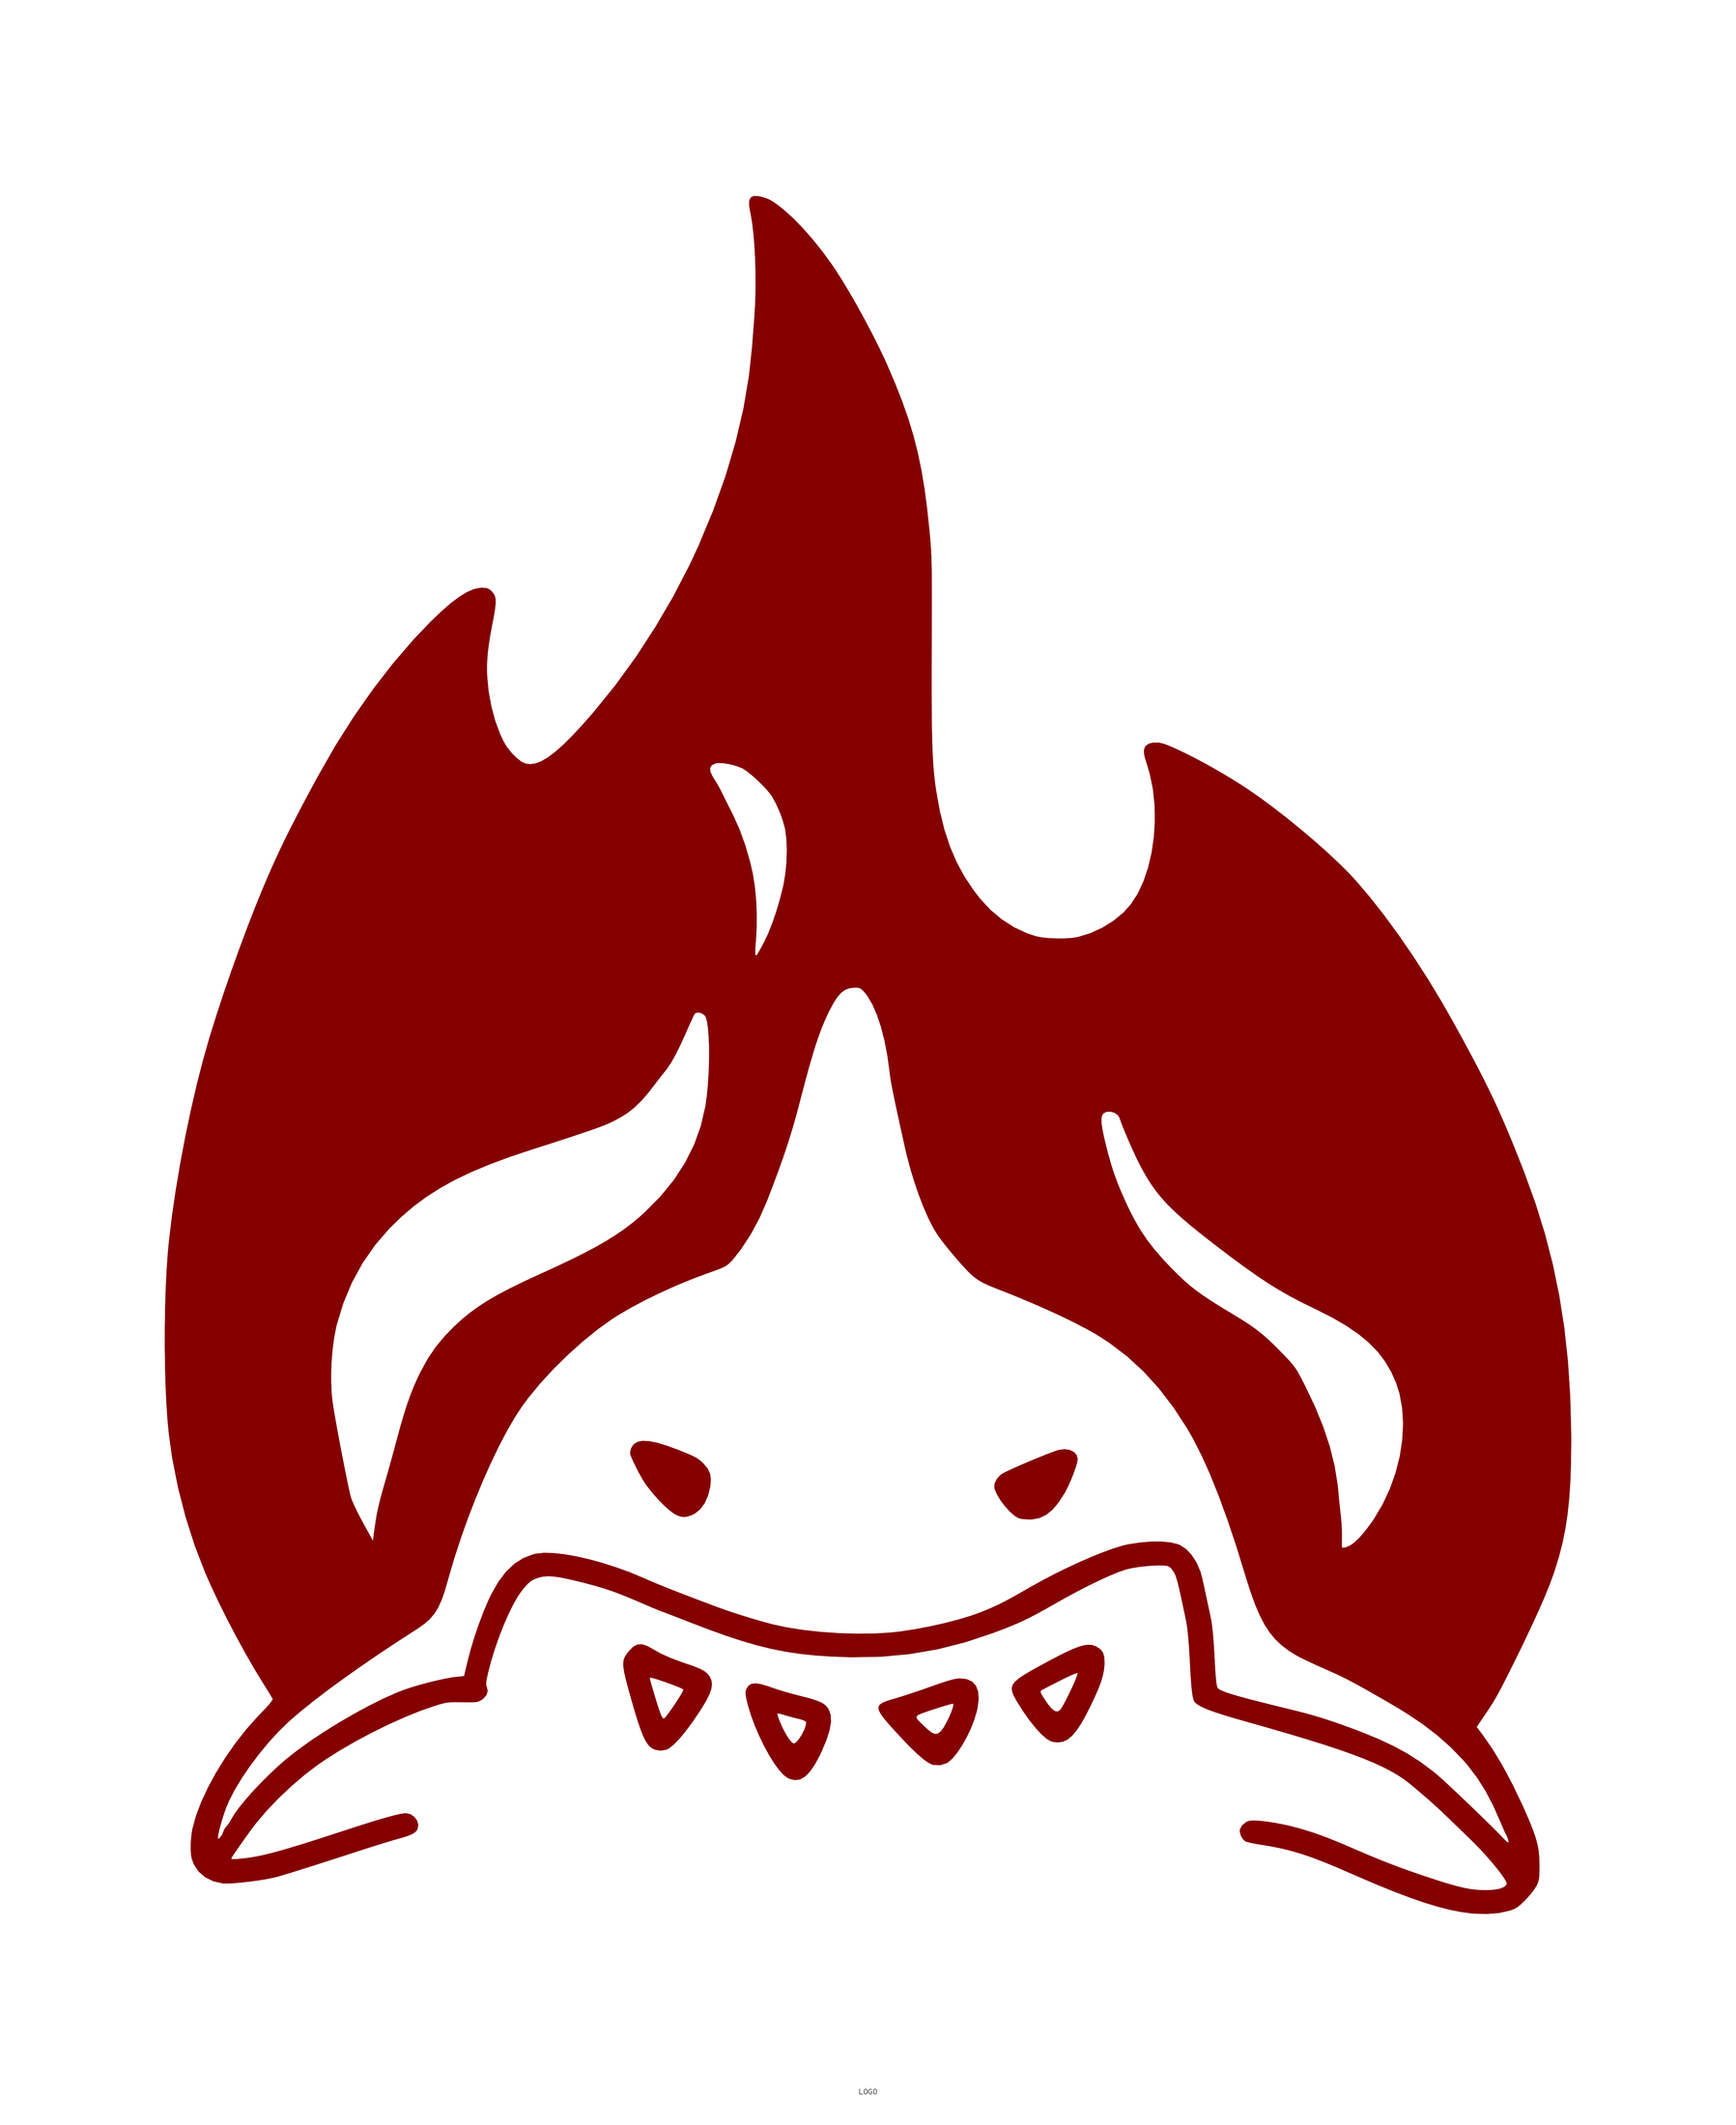
<source format=kicad_sym>
(kicad_symbol_lib
  (version 20220914)
  (generator bitmap2component)
  (symbol "LOGO"
    (pin_names
      (offset 1.016))
    (property "Reference" "#G"
      (at 0 199.439 0)
      (effects (font (size 1.27 1.27)) hide))
    (symbol "LOGO_0_0"
      (polyline (pts (xy 99.046 -139.819) (xy 100.721 -139.458) (xy 101.137 -139.325) (xy 101.725 -139.089) (xy 102.232 -138.782) (xy 102.772 -138.331) (xy 103.458 -137.662) (xy 103.752 -137.355) (xy 104.401 -136.608) (xy 104.954 -135.884) (xy 105.314 -135.304) (xy 105.405 -135.117) (xy 105.583 -134.688) (xy 105.698 -134.244) (xy 105.763 -133.691) (xy 105.792 -132.936) (xy 105.797 -131.885) (xy 105.795 -131.532) (xy 105.75 -130.401) (xy 105.636 -129.348) (xy 105.433 -128.304) (xy 105.123 -127.196) (xy 104.686 -125.956) (xy 104.104 -124.511) (xy 103.357 -122.793) (xy 102.897 -121.772) (xy 101.271 -118.388) (xy 99.645 -115.348) (xy 98.026 -112.667) (xy 96.425 -110.361) (xy 95.396 -108.994) (xy 96.619 -107.202) (xy 96.679 -107.113) (xy 97.328 -106.149) (xy 97.886 -105.286) (xy 98.397 -104.448) (xy 98.902 -103.561) (xy 99.447 -102.547) (xy 100.073 -101.333) (xy 100.825 -99.841) (xy 101.483 -98.523) (xy 103.084 -95.256) (xy 104.486 -92.308) (xy 105.691 -89.671) (xy 106.706 -87.335) (xy 107.532 -85.29) (xy 108.176 -83.527) (xy 108.339 -83.041) (xy 109.037 -80.768) (xy 109.617 -78.494) (xy 110.089 -76.163) (xy 110.458 -73.72) (xy 110.732 -71.112) (xy 110.918 -68.282) (xy 111.025 -65.177) (xy 111.058 -61.742) (xy 111.05 -60.102) (xy 110.888 -54.094) (xy 110.511 -48.359) (xy 109.91 -42.852) (xy 109.077 -37.525) (xy 108.005 -32.333) (xy 106.685 -27.228) (xy 105.108 -22.165) (xy 103.268 -17.096) (xy 102.38 -14.827) (xy 101.4 -12.381) (xy 100.468 -10.126) (xy 99.555 -8.005) (xy 98.633 -5.96) (xy 97.676 -3.931) (xy 96.655 -1.86) (xy 95.542 0.311) (xy 94.311 2.641) (xy 92.932 5.188) (xy 91.379 8.011) (xy 89.621 11.098) (xy 87.34 14.867) (xy 84.971 18.544) (xy 82.554 22.07) (xy 80.126 25.39) (xy 77.728 28.447) (xy 75.398 31.184) (xy 74.225 32.443) (xy 72.52 34.139) (xy 70.584 35.948) (xy 68.475 37.821) (xy 66.25 39.71) (xy 63.967 41.565) (xy 61.684 43.338) (xy 59.457 44.98) (xy 57.345 46.443) (xy 56.439 47.037) (xy 54.563 48.21) (xy 52.592 49.377) (xy 50.595 50.502) (xy 48.641 51.546) (xy 46.798 52.473) (xy 45.135 53.246) (xy 43.72 53.827) (xy 42.794 54.057) (xy 41.893 54.078) (xy 41.126 53.9) (xy 40.599 53.533) (xy 40.422 53.267) (xy 40.286 52.822) (xy 40.302 52.244) (xy 40.473 51.461) (xy 40.806 50.397) (xy 41.263 48.853) (xy 41.769 46.353) (xy 42.044 43.745) (xy 42.096 41.085) (xy 41.931 38.43) (xy 41.556 35.838) (xy 40.977 33.366) (xy 40.202 31.071) (xy 39.236 29.01) (xy 38.088 27.241) (xy 36.845 25.874) (xy 35.214 24.535) (xy 33.36 23.384) (xy 31.364 22.471) (xy 29.308 21.847) (xy 28.51 21.719) (xy 27.316 21.633) (xy 25.984 21.616) (xy 24.645 21.666) (xy 23.43 21.781) (xy 22.469 21.959) (xy 20.991 22.436) (xy 18.815 23.448) (xy 16.733 24.783) (xy 14.806 26.399) (xy 13.094 28.257) (xy 12.15 29.481) (xy 10.592 31.8) (xy 9.266 34.232) (xy 8.151 36.828) (xy 7.225 39.638) (xy 6.467 42.715) (xy 5.858 46.11) (xy 5.83 46.297) (xy 5.689 47.303) (xy 5.567 48.333) (xy 5.461 49.417) (xy 5.371 50.584) (xy 5.296 51.867) (xy 5.235 53.296) (xy 5.187 54.901) (xy 5.151 56.713) (xy 5.127 58.762) (xy 5.112 61.08) (xy 5.107 63.696) (xy 5.11 66.642) (xy 5.12 69.948) (xy 5.123 70.69) (xy 5.133 73.373) (xy 5.139 75.709) (xy 5.143 77.733) (xy 5.141 79.479) (xy 5.135 80.983) (xy 5.122 82.279) (xy 5.104 83.401) (xy 5.078 84.386) (xy 5.044 85.267) (xy 5.002 86.08) (xy 4.95 86.859) (xy 4.889 87.638) (xy 4.817 88.454) (xy 4.734 89.341) (xy 4.373 92.748) (xy 3.933 96.093) (xy 3.418 99.193) (xy 2.809 102.119) (xy 2.088 104.947) (xy 1.236 107.751) (xy 0.233 110.603) (xy -0.939 113.578) (xy -2.299 116.749) (xy -2.576 117.366) (xy -3.586 119.498) (xy -4.737 121.79) (xy -5.984 124.156) (xy -7.278 126.507) (xy -8.57 128.756) (xy -9.815 130.816) (xy -10.963 132.6) (xy -11.459 133.326) (xy -12.992 135.427) (xy -14.602 137.439) (xy -16.231 139.296) (xy -17.821 140.929) (xy -19.312 142.271) (xy -19.53 142.45) (xy -20.42 143.157) (xy -21.132 143.66) (xy -21.758 144.014) (xy -22.388 144.272) (xy -23.113 144.484) (xy -23.556 144.582) (xy -24.322 144.616) (xy -24.829 144.392) (xy -25.091 143.89) (xy -25.123 143.092) (xy -24.937 141.979) (xy -24.86 141.617) (xy -24.601 140.055) (xy -24.387 138.196) (xy -24.222 136.112) (xy -24.109 133.875) (xy -24.051 131.556) (xy -24.049 129.227) (xy -24.109 126.962) (xy -24.232 124.83) (xy -24.306 123.849) (xy -24.416 122.407) (xy -24.527 120.954) (xy -24.623 119.689) (xy -25.137 114.856) (xy -26.059 109.403) (xy -27.352 103.871) (xy -29.017 98.254) (xy -31.057 92.545) (xy -33.472 86.738) (xy -34.982 83.493) (xy -37.676 78.294) (xy -40.661 73.184) (xy -43.889 68.233) (xy -47.316 63.513) (xy -50.897 59.097) (xy -52.708 57.035) (xy -54.386 55.23) (xy -55.892 53.734) (xy -57.241 52.536) (xy -58.449 51.624) (xy -59.532 50.986) (xy -60.506 50.609) (xy -61.387 50.483) (xy -62.191 50.595) (xy -62.807 50.887) (xy -63.602 51.487) (xy -64.413 52.294) (xy -65.165 53.232) (xy -65.778 54.219) (xy -66.387 55.509) (xy -67.191 57.701) (xy -67.832 60.091) (xy -68.282 62.577) (xy -68.516 65.053) (xy -68.547 66.033) (xy -68.529 67.385) (xy -68.433 68.787) (xy -68.249 70.318) (xy -67.971 72.061) (xy -67.588 74.096) (xy -67.414 75.004) (xy -67.213 76.197) (xy -67.116 77.109) (xy -67.123 77.802) (xy -67.237 78.334) (xy -67.461 78.767) (xy -67.798 79.16) (xy -67.869 79.23) (xy -68.269 79.539) (xy -68.722 79.681) (xy -69.395 79.715) (xy -69.731 79.699) (xy -70.76 79.474) (xy -71.901 78.977) (xy -73.173 78.195) (xy -74.595 77.116) (xy -76.184 75.727) (xy -77.96 74.018) (xy -80.654 71.193) (xy -84.068 67.235) (xy -87.388 62.954) (xy -90.588 58.389) (xy -93.639 53.576) (xy -95.756 49.878) (xy -31.594 49.878) (xy -31.315 50.321) (xy -30.712 50.615) (xy -30.157 50.691) (xy -29.261 50.645) (xy -28.232 50.468) (xy -27.189 50.182) (xy -26.249 49.809) (xy -26.118 49.74) (xy -25.468 49.302) (xy -24.667 48.659) (xy -23.797 47.883) (xy -22.938 47.049) (xy -22.171 46.232) (xy -21.576 45.505) (xy -21.254 45.024) (xy -20.643 43.903) (xy -20.061 42.598) (xy -19.565 41.241) (xy -19.209 39.961) (xy -19.139 39.613) (xy -18.941 38.041) (xy -18.871 36.243) (xy -18.927 34.332) (xy -19.106 32.42) (xy -19.407 30.62) (xy -19.513 30.131) (xy -20.02 28.105) (xy -20.624 26.073) (xy -21.291 24.132) (xy -21.988 22.383) (xy -22.682 20.923) (xy -23.015 20.303) (xy -23.395 19.616) (xy -23.682 19.118) (xy -23.833 18.886) (xy -23.99 18.799) (xy -24.085 18.961) (xy -24.117 19.41) (xy -24.087 20.18) (xy -23.999 21.304) (xy -23.877 23.433) (xy -23.869 25.77) (xy -23.975 28.115) (xy -24.191 30.339) (xy -24.509 32.314) (xy -24.965 34.305) (xy -25.762 37.061) (xy -26.706 39.668) (xy -27.757 42.008) (xy -28.199 42.886) (xy -28.729 43.946) (xy -29.216 44.927) (xy -29.593 45.693) (xy -29.628 45.765) (xy -30.05 46.579) (xy -30.487 47.357) (xy -30.849 47.94) (xy -31.183 48.463) (xy -31.549 49.266) (xy -31.594 49.878) (xy -95.756 49.878) (xy -96.514 48.553) (xy -97.841 46.099) (xy -99.071 43.794) (xy -100.157 41.719) (xy -101.127 39.822) (xy -102.008 38.049) (xy -102.828 36.343) (xy -103.613 34.653) (xy -104.391 32.922) (xy -105.54 30.252) (xy -106.853 27.036) (xy -108.199 23.582) (xy -109.551 19.965) (xy -110.882 16.26) (xy -112.163 12.541) (xy -113.368 8.884) (xy -114.47 5.364) (xy -114.508 5.238) (xy -115.576 1.49) (xy -116.613 -2.563) (xy -117.602 -6.835) (xy -118.525 -11.243) (xy -119.367 -15.704) (xy -120.11 -20.134) (xy -120.739 -24.449) (xy -121.235 -28.565) (xy -121.416 -30.492) (xy -121.612 -33.284) (xy -121.759 -36.311) (xy -121.859 -39.503) (xy -121.911 -42.791) (xy -121.916 -46.107) (xy -121.873 -49.38) (xy -121.814 -51.421) (xy -94.374 -51.421) (xy -94.328 -49.071) (xy -94.157 -46.716) (xy -93.869 -44.481) (xy -93.471 -42.496) (xy -93.451 -42.416) (xy -92.356 -38.808) (xy -90.931 -35.394) (xy -89.182 -32.187) (xy -87.118 -29.203) (xy -84.745 -26.455) (xy -84.586 -26.291) (xy -82.683 -24.443) (xy -80.697 -22.748) (xy -78.59 -21.186) (xy -76.323 -19.734) (xy -73.859 -18.372) (xy -71.159 -17.077) (xy -68.183 -15.829) (xy -64.894 -14.606) (xy -61.253 -13.386) (xy -60.44 -13.126) (xy -58.046 -12.357) (xy -55.985 -11.69) (xy -54.225 -11.113) (xy -52.736 -10.616) (xy -51.485 -10.188) (xy -50.442 -9.818) (xy -49.576 -9.496) (xy -48.856 -9.21) (xy -48.25 -8.951) (xy -47.727 -8.707) (xy -46.578 -8.106) (xy -45.324 -7.325) (xy -44.184 -6.439) (xy -43.086 -5.386) (xy -41.961 -4.106) (xy -40.738 -2.534) (xy -40.69 -2.47) (xy -40.109 -1.707) (xy -39.516 -0.948) (xy -39.031 -0.351) (xy -38.731 0.03) (xy -38.027 1.085) (xy -37.267 2.439) (xy -36.437 4.121) (xy -35.523 6.155) (xy -35.314 6.636) (xy -34.903 7.559) (xy -34.548 8.331) (xy -34.282 8.883) (xy -34.136 9.144) (xy -33.872 9.314) (xy -33.371 9.338) (xy -32.836 9.153) (xy -32.412 8.792) (xy -32.265 8.498) (xy -32.074 7.758) (xy -31.926 6.717) (xy -31.822 5.429) (xy -31.761 3.949) (xy -31.745 2.329) (xy -31.773 0.624) (xy -31.846 -1.115) (xy -31.963 -2.831) (xy -32.126 -4.473) (xy -32.335 -5.986) (xy -32.382 -6.267) (xy -33.128 -9.478) (xy -34.243 -12.566) (xy -35.728 -15.535) (xy -37.585 -18.387) (xy -39.813 -21.122) (xy -42.415 -23.744) (xy -43.211 -24.459) (xy -44.471 -25.515) (xy -45.79 -26.52) (xy -47.204 -27.496) (xy -48.754 -28.467) (xy -50.477 -29.455) (xy -52.413 -30.483) (xy -54.6 -31.574) (xy -57.078 -32.751) (xy -59.885 -34.036) (xy -62.297 -35.148) (xy -64.582 -36.261) (xy -66.582 -37.31) (xy -68.344 -38.324) (xy -69.912 -39.331) (xy -71.334 -40.358) (xy -72.653 -41.434) (xy -73.917 -42.586) (xy -75.507 -44.211) (xy -77.062 -46.087) (xy -78.403 -48.081) (xy -79.619 -50.312) (xy -79.975 -51.047) (xy -80.605 -52.449) (xy -81.19 -53.906) (xy -81.753 -55.485) (xy -82.317 -57.252) (xy -82.906 -59.271) (xy -83.54 -61.609) (xy -83.914 -63.004) (xy -84.353 -64.615) (xy -84.803 -66.232) (xy -85.226 -67.726) (xy -85.587 -68.971) (xy -85.771 -69.609) (xy -86.113 -70.86) (xy -86.423 -72.076) (xy -86.672 -73.145) (xy -86.832 -73.953) (xy -86.866 -74.162) (xy -87.024 -75.163) (xy -87.171 -76.151) (xy -87.279 -76.942) (xy -87.435 -78.171) (xy -89.03 -75.281) (xy -89.353 -74.684) (xy -89.912 -73.608) (xy -90.409 -72.593) (xy -90.8 -71.733) (xy -91.04 -71.12) (xy -91.173 -70.631) (xy -91.364 -69.809) (xy -91.601 -68.713) (xy -91.873 -67.398) (xy -92.171 -65.919) (xy -92.483 -64.332) (xy -92.798 -62.694) (xy -93.106 -61.059) (xy -93.397 -59.482) (xy -93.659 -58.02) (xy -93.882 -56.727) (xy -94.055 -55.661) (xy -94.167 -54.875) (xy -94.288 -53.636) (xy -94.374 -51.421) (xy -121.814 -51.421) (xy -121.782 -52.541) (xy -121.643 -55.522) (xy -121.457 -58.254) (xy -121.223 -60.667) (xy -120.678 -64.512) (xy -119.717 -69.362) (xy -118.47 -74.205) (xy -116.963 -78.93) (xy -115.227 -83.429) (xy -114.331 -85.467) (xy -113.055 -88.186) (xy -111.639 -91.037) (xy -110.136 -93.918) (xy -108.599 -96.729) (xy -107.079 -99.371) (xy -105.631 -101.742) (xy -105.453 -102.024) (xy -104.93 -102.862) (xy -104.493 -103.576) (xy -104.184 -104.097) (xy -104.044 -104.357) (xy -104.04 -104.381) (xy -104.179 -104.675) (xy -104.587 -105.204) (xy -105.247 -105.946) (xy -106.14 -106.879) (xy -106.51 -107.262) (xy -108.399 -109.379) (xy -110.202 -111.672) (xy -111.887 -114.083) (xy -113.418 -116.556) (xy -114.764 -119.033) (xy -115.89 -121.457) (xy -116.763 -123.771) (xy -117.348 -125.919) (xy -117.491 -126.772) (xy -117.54 -127.307) (xy -113.128 -127.307) (xy -113.076 -126.884) (xy -112.918 -126.155) (xy -112.679 -125.24) (xy -112.386 -124.233) (xy -112.065 -123.231) (xy -111.743 -122.326) (xy -111.299 -121.279) (xy -110.363 -119.454) (xy -109.188 -117.503) (xy -107.823 -115.49) (xy -106.313 -113.48) (xy -104.707 -111.538) (xy -103.051 -109.729) (xy -101.393 -108.118) (xy -101.077 -107.834) (xy -99.323 -106.334) (xy -97.261 -104.68) (xy -94.923 -102.895) (xy -92.34 -101.002) (xy -89.546 -99.025) (xy -86.57 -96.985) (xy -83.446 -94.907) (xy -80.205 -92.813) (xy -80.037 -92.704) (xy -78.939 -91.931) (xy -78.033 -91.136) (xy -77.281 -90.258) (xy -76.644 -89.237) (xy -76.082 -88.011) (xy -75.555 -86.519) (xy -75.027 -84.699) (xy -74.867 -84.118) (xy -73.936 -80.96) (xy -72.886 -77.745) (xy -71.739 -74.523) (xy -70.515 -71.342) (xy -69.236 -68.251) (xy -67.921 -65.3) (xy -66.593 -62.537) (xy -65.271 -60.012) (xy -63.978 -57.773) (xy -62.733 -55.87) (xy -61.685 -54.456) (xy -59.724 -52.08) (xy -57.52 -49.685) (xy -55.148 -47.346) (xy -52.685 -45.136) (xy -50.206 -43.129) (xy -47.788 -41.397) (xy -46.731 -40.723) (xy -44.636 -39.503) (xy -42.288 -38.26) (xy -39.768 -37.032) (xy -37.157 -35.858) (xy -34.538 -34.778) (xy -31.991 -33.831) (xy -31.186 -33.547) (xy -30.209 -33.186) (xy -29.485 -32.88) (xy -28.942 -32.591) (xy -28.51 -32.276) (xy -28.116 -31.897) (xy -27.69 -31.413) (xy -26.536 -29.947) (xy -24.914 -27.491) (xy -23.445 -24.774) (xy -22.169 -21.867) (xy -21.353 -19.757) (xy -20.344 -17.062) (xy -19.462 -14.587) (xy -18.682 -12.257) (xy -17.98 -9.996) (xy -17.329 -7.726) (xy -16.706 -5.373) (xy -16.526 -4.674) (xy -15.84 -2.054) (xy -15.215 0.234) (xy -14.638 2.231) (xy -14.096 3.978) (xy -13.575 5.515) (xy -13.064 6.884) (xy -12.547 8.126) (xy -12.014 9.281) (xy -11.895 9.523) (xy -11.17 10.891) (xy -10.5 11.925) (xy -9.844 12.663) (xy -9.162 13.143) (xy -8.413 13.403) (xy -7.557 13.482) (xy -7.222 13.473) (xy -6.782 13.385) (xy -6.411 13.137) (xy -5.959 12.651) (xy -5.542 12.116) (xy -4.714 10.727) (xy -3.956 9.005) (xy -3.279 6.986) (xy -2.695 4.706) (xy -2.215 2.203) (xy -1.849 -0.488) (xy -1.823 -0.725) (xy -1.753 -1.255) (xy -1.662 -1.847) (xy -1.542 -2.538) (xy -1.386 -3.362) (xy -1.186 -4.355) (xy -0.936 -5.553) (xy -0.628 -6.989) (xy -0.355 -8.243) (xy 33.237 -8.243) (xy 33.343 -7.704) (xy 33.573 -7.357) (xy 34.053 -7.104) (xy 34.724 -7.062) (xy 35.401 -7.25) (xy 35.96 -7.628) (xy 36.271 -8.161) (xy 36.419 -8.625) (xy 36.708 -9.389) (xy 37.101 -10.359) (xy 37.565 -11.459) (xy 38.069 -12.614) (xy 38.579 -13.748) (xy 39.063 -14.784) (xy 39.489 -15.649) (xy 39.957 -16.541) (xy 40.678 -17.822) (xy 41.423 -19.014) (xy 42.223 -20.145) (xy 43.107 -21.248) (xy 44.106 -22.353) (xy 45.25 -23.491) (xy 46.568 -24.692) (xy 48.09 -25.988) (xy 49.847 -27.41) (xy 51.869 -28.988) (xy 54.184 -30.752) (xy 55 -31.366) (xy 57.174 -32.964) (xy 59.151 -34.354) (xy 60.998 -35.577) (xy 62.781 -36.675) (xy 64.568 -37.691) (xy 66.426 -38.664) (xy 68.421 -39.638) (xy 68.753 -39.797) (xy 71.454 -41.168) (xy 73.799 -42.529) (xy 75.819 -43.908) (xy 77.541 -45.332) (xy 78.997 -46.826) (xy 80.216 -48.418) (xy 81.228 -50.136) (xy 82.061 -52.005) (xy 82.613 -53.735) (xy 83.064 -56.162) (xy 83.218 -58.739) (xy 83.083 -61.415) (xy 82.668 -64.142) (xy 81.981 -66.871) (xy 81.029 -69.552) (xy 79.822 -72.135) (xy 78.366 -74.572) (xy 77.896 -75.254) (xy 76.91 -76.563) (xy 75.979 -77.642) (xy 75.139 -78.449) (xy 74.427 -78.943) (xy 74.309 -79.002) (xy 73.673 -79.255) (xy 73.235 -79.319) (xy 73.061 -79.18) (xy 73.059 -79.129) (xy 73.058 -78.762) (xy 73.062 -78.141) (xy 73.072 -77.366) (xy 73.056 -76.301) (xy 72.991 -75.107) (xy 72.892 -74.045) (xy 72.824 -73.459) (xy 72.708 -72.381) (xy 72.591 -71.195) (xy 72.487 -70.068) (xy 72.362 -68.856) (xy 71.859 -65.751) (xy 71.08 -62.601) (xy 70.013 -59.364) (xy 68.644 -55.998) (xy 66.96 -52.461) (xy 66.808 -52.161) (xy 66.267 -51.108) (xy 65.825 -50.297) (xy 65.42 -49.641) (xy 64.989 -49.052) (xy 64.471 -48.444) (xy 63.802 -47.731) (xy 62.923 -46.826) (xy 61.942 -45.837) (xy 60.864 -44.806) (xy 59.847 -43.915) (xy 58.808 -43.099) (xy 57.667 -42.296) (xy 56.341 -41.442) (xy 54.748 -40.474) (xy 53.227 -39.555) (xy 51.611 -38.547) (xy 50.231 -37.634) (xy 49.027 -36.771) (xy 47.935 -35.913) (xy 46.896 -35.011) (xy 45.848 -34.02) (xy 44.73 -32.894) (xy 43.438 -31.526) (xy 41.996 -29.868) (xy 40.741 -28.24) (xy 39.62 -26.559) (xy 38.579 -24.744) (xy 37.564 -22.711) (xy 36.521 -20.378) (xy 36.429 -20.164) (xy 35.836 -18.704) (xy 35.319 -17.287) (xy 34.845 -15.805) (xy 34.379 -14.153) (xy 33.886 -12.222) (xy 33.69 -11.402) (xy 33.408 -10.054) (xy 33.258 -9.014) (xy 33.237 -8.243) (xy -0.355 -8.243) (xy -0.256 -8.701) (xy 0.189 -10.723) (xy 0.713 -13.091) (xy 0.941 -14.076) (xy 1.549 -16.396) (xy 2.243 -18.689) (xy 3.001 -20.896) (xy 3.799 -22.954) (xy 4.615 -24.806) (xy 5.426 -26.39) (xy 6.21 -27.647) (xy 6.618 -28.205) (xy 7.378 -29.189) (xy 8.23 -30.241) (xy 9.12 -31.298) (xy 9.993 -32.297) (xy 10.793 -33.174) (xy 11.467 -33.866) (xy 11.961 -34.31) (xy 12.388 -34.636) (xy 12.885 -34.985) (xy 13.394 -35.293) (xy 13.984 -35.594) (xy 14.727 -35.924) (xy 15.694 -36.32) (xy 16.956 -36.816) (xy 18.797 -37.547) (xy 21.509 -38.673) (xy 24.127 -39.818) (xy 26.594 -40.955) (xy 28.855 -42.059) (xy 30.854 -43.104) (xy 32.535 -44.062) (xy 34.55 -45.362) (xy 37.472 -47.582) (xy 40.206 -50.094) (xy 42.772 -52.92) (xy 45.19 -56.079) (xy 47.48 -59.592) (xy 48.47 -61.326) (xy 49.864 -64.08) (xy 51.269 -67.217) (xy 52.682 -70.733) (xy 54.103 -74.622) (xy 55.53 -78.882) (xy 56.961 -83.507) (xy 57.207 -84.325) (xy 57.978 -86.722) (xy 58.729 -88.784) (xy 59.487 -90.55) (xy 60.275 -92.061) (xy 61.119 -93.355) (xy 62.043 -94.472) (xy 63.074 -95.452) (xy 64.235 -96.335) (xy 65.552 -97.16) (xy 65.563 -97.167) (xy 66.124 -97.463) (xy 66.962 -97.875) (xy 67.999 -98.365) (xy 69.154 -98.896) (xy 70.35 -99.429) (xy 71.146 -99.781) (xy 72.066 -100.198) (xy 72.93 -100.604) (xy 73.786 -101.027) (xy 74.684 -101.492) (xy 75.674 -102.025) (xy 76.803 -102.652) (xy 78.121 -103.4) (xy 79.678 -104.294) (xy 81.522 -105.361) (xy 83.592 -106.607) (xy 86.383 -108.468) (xy 88.874 -110.374) (xy 91.119 -112.367) (xy 93.173 -114.489) (xy 93.97 -115.414) (xy 95.486 -117.412) (xy 96.86 -119.587) (xy 98.133 -122.01) (xy 99.35 -124.753) (xy 99.54 -125.209) (xy 99.847 -125.921) (xy 100.087 -126.45) (xy 100.222 -126.707) (xy 100.23 -126.718) (xy 100.396 -127.046) (xy 100.585 -127.537) (xy 100.586 -127.541) (xy 100.696 -128.001) (xy 100.607 -128.138) (xy 100.313 -127.951) (xy 99.807 -127.44) (xy 99.545 -127.159) (xy 98.892 -126.489) (xy 98.029 -125.626) (xy 97.004 -124.618) (xy 95.867 -123.51) (xy 94.666 -122.35) (xy 93.449 -121.185) (xy 92.265 -120.06) (xy 91.163 -119.022) (xy 90.191 -118.119) (xy 89.397 -117.396) (xy 88.831 -116.9) (xy 88.107 -116.307) (xy 86.085 -114.798) (xy 83.954 -113.433) (xy 81.643 -112.17) (xy 79.082 -110.972) (xy 76.2 -109.798) (xy 74.56 -109.179) (xy 72.073 -108.285) (xy 69.816 -107.537) (xy 67.717 -106.911) (xy 65.705 -106.384) (xy 64.975 -106.207) (xy 62.478 -105.595) (xy 60.329 -105.06) (xy 58.503 -104.595) (xy 56.975 -104.193) (xy 55.718 -103.846) (xy 54.709 -103.546) (xy 53.919 -103.286) (xy 53.326 -103.059) (xy 52.901 -102.857) (xy 52.622 -102.672) (xy 52.461 -102.497) (xy 52.459 -102.494) (xy 52.354 -102.165) (xy 52.255 -101.515) (xy 52.16 -100.525) (xy 52.067 -99.18) (xy 51.975 -97.46) (xy 51.942 -96.805) (xy 51.826 -94.949) (xy 51.692 -93.351) (xy 51.545 -92.057) (xy 51.388 -91.11) (xy 51.096 -89.729) (xy 50.768 -88.193) (xy 50.445 -86.694) (xy 50.153 -85.347) (xy 49.916 -84.267) (xy 49.616 -83.204) (xy 49.001 -81.784) (xy 48.209 -80.545) (xy 47.287 -79.555) (xy 46.283 -78.885) (xy 45.82 -78.702) (xy 44.614 -78.424) (xy 43.133 -78.289) (xy 41.439 -78.297) (xy 39.592 -78.451) (xy 37.653 -78.751) (xy 36.634 -78.993) (xy 35.165 -79.451) (xy 33.464 -80.071) (xy 31.583 -80.83) (xy 29.578 -81.703) (xy 27.501 -82.668) (xy 25.407 -83.701) (xy 23.35 -84.778) (xy 21.383 -85.875) (xy 21.198 -85.982) (xy 19.649 -86.869) (xy 18.358 -87.591) (xy 17.257 -88.183) (xy 16.276 -88.68) (xy 15.347 -89.116) (xy 14.401 -89.526) (xy 13.371 -89.945) (xy 11.761 -90.528) (xy 9.638 -91.177) (xy 7.292 -91.79) (xy 4.811 -92.345) (xy 2.286 -92.821) (xy -0.195 -93.197) (xy -1.754 -93.365) (xy -4.414 -93.52) (xy -7.272 -93.551) (xy -10.23 -93.462) (xy -13.193 -93.259) (xy -16.065 -92.948) (xy -18.75 -92.533) (xy -21.15 -92.02) (xy -21.397 -91.957) (xy -23.088 -91.498) (xy -24.964 -90.948) (xy -26.883 -90.35) (xy -28.704 -89.748) (xy -30.285 -89.186) (xy -31.285 -88.812) (xy -33.762 -87.878) (xy -36.015 -87.015) (xy -38.014 -86.235) (xy -39.731 -85.549) (xy -41.137 -84.968) (xy -42.203 -84.504) (xy -42.561 -84.343) (xy -44.8 -83.412) (xy -47.091 -82.573) (xy -49.384 -81.84) (xy -51.63 -81.224) (xy -53.779 -80.736) (xy -55.781 -80.387) (xy -57.588 -80.189) (xy -59.15 -80.153) (xy -60.418 -80.292) (xy -60.861 -80.396) (xy -62.494 -81.007) (xy -63.992 -81.958) (xy -65.368 -83.257) (xy -66.633 -84.916) (xy -67.798 -86.946) (xy -68.304 -88.006) (xy -69.1 -89.877) (xy -69.886 -91.953) (xy -70.625 -94.123) (xy -71.277 -96.277) (xy -71.804 -98.304) (xy -72.336 -100.577) (xy -73.698 -100.711) (xy -74.279 -100.785) (xy -75.464 -100.997) (xy -76.853 -101.298) (xy -78.344 -101.664) (xy -79.834 -102.068) (xy -81.223 -102.485) (xy -82.407 -102.89) (xy -83.545 -103.338) (xy -85.741 -104.317) (xy -88.108 -105.494) (xy -90.573 -106.828) (xy -93.062 -108.274) (xy -95.502 -109.79) (xy -97.82 -111.332) (xy -99.942 -112.857) (xy -101.795 -114.322) (xy -103.175 -115.527) (xy -104.599 -116.861) (xy -105.991 -118.249) (xy -107.305 -119.641) (xy -108.496 -120.987) (xy -109.519 -122.239) (xy -110.328 -123.345) (xy -110.877 -124.257) (xy -111.031 -124.541) (xy -111.4 -125.115) (xy -111.728 -125.506) (xy -112.013 -125.866) (xy -112.249 -126.414) (xy -112.416 -126.847) (xy -112.748 -127.303) (xy -112.962 -127.488) (xy -113.103 -127.532) (xy -113.128 -127.307) (xy -117.54 -127.307) (xy -117.598 -127.93) (xy -117.628 -129.084) (xy -117.576 -130.108) (xy -117.441 -130.875) (xy -117.076 -131.808) (xy -116.285 -132.982) (xy -115.212 -133.903) (xy -113.882 -134.553) (xy -112.321 -134.911) (xy -112.217 -134.921) (xy -111.494 -134.931) (xy -110.49 -134.878) (xy -109.29 -134.773) (xy -107.981 -134.627) (xy -106.647 -134.449) (xy -105.375 -134.25) (xy -104.251 -134.04) (xy -103.359 -133.829) (xy -102.809 -133.672) (xy -101.712 -133.344) (xy -100.304 -132.91) (xy -98.617 -132.381) (xy -96.687 -131.769) (xy -94.547 -131.083) (xy -92.233 -130.335) (xy -89.779 -129.535) (xy -88.975 -129.274) (xy -87.554 -128.82) (xy -86.183 -128.391) (xy -84.943 -128.011) (xy -83.912 -127.705) (xy -83.173 -127.498) (xy -82.703 -127.371) (xy -81.643 -127.04) (xy -80.894 -126.722) (xy -80.398 -126.387) (xy -80.1 -126.008) (xy -80.031 -125.86) (xy -79.939 -125.165) (xy -80.151 -124.473) (xy -80.605 -123.872) (xy -81.242 -123.448) (xy -82.001 -123.288) (xy -82.17 -123.296) (xy -82.903 -123.412) (xy -83.981 -123.663) (xy -85.389 -124.044) (xy -87.111 -124.551) (xy -89.133 -125.18) (xy -91.44 -125.927) (xy -92.886 -126.401) (xy -95.498 -127.251) (xy -97.791 -127.985) (xy -99.8 -128.612) (xy -101.556 -129.14) (xy -103.094 -129.579) (xy -104.446 -129.938) (xy -105.647 -130.226) (xy -106.728 -130.452) (xy -107.724 -130.624) (xy -108.668 -130.753) (xy -109.593 -130.847) (xy -110.303 -130.898) (xy -110.734 -130.897) (xy -110.905 -130.832) (xy -110.879 -130.695) (xy -110.766 -130.511) (xy -110.383 -129.929) (xy -109.847 -129.146) (xy -109.213 -128.238) (xy -108.535 -127.282) (xy -107.866 -126.355) (xy -107.26 -125.535) (xy -106.73 -124.85) (xy -105.02 -122.842) (xy -103.064 -120.797) (xy -100.946 -118.797) (xy -98.752 -116.922) (xy -96.566 -115.256) (xy -95.202 -114.319) (xy -92.831 -112.825) (xy -90.253 -111.338) (xy -87.552 -109.902) (xy -84.811 -108.556) (xy -82.112 -107.345) (xy -79.54 -106.309) (xy -77.177 -105.49) (xy -76.561 -105.3) (xy -75.811 -105.093) (xy -75.165 -104.966) (xy -74.498 -104.901) (xy -73.689 -104.883) (xy -72.612 -104.897) (xy -71.681 -104.912) (xy -70.913 -104.908) (xy -70.379 -104.872) (xy -69.997 -104.791) (xy -69.684 -104.656) (xy -69.357 -104.454) (xy -69.16 -104.31) (xy -68.633 -103.706) (xy -68.432 -103.034) (xy -68.586 -102.371) (xy -68.589 -102.365) (xy -68.68 -102.074) (xy -68.681 -101.655) (xy -68.586 -101.026) (xy -68.388 -100.104) (xy -68.327 -99.846) (xy -67.82 -97.931) (xy -67.206 -95.955) (xy -66.511 -93.982) (xy -65.763 -92.075) (xy -64.986 -90.298) (xy -64.206 -88.714) (xy -63.45 -87.386) (xy -62.744 -86.378) (xy -62.338 -85.887) (xy -61.776 -85.267) (xy -61.292 -84.849) (xy -60.795 -84.556) (xy -60.193 -84.316) (xy -60.128 -84.294) (xy -59.395 -84.108) (xy -58.585 -84.028) (xy -57.641 -84.062) (xy -56.505 -84.212) (xy -55.117 -84.485) (xy -53.42 -84.885) (xy -51.805 -85.296) (xy -50.319 -85.701) (xy -48.984 -86.104) (xy -47.698 -86.54) (xy -46.361 -87.043) (xy -44.873 -87.646) (xy -43.133 -88.385) (xy -43.03 -88.429) (xy -41.96 -88.887) (xy -41.023 -89.285) (xy -40.273 -89.598) (xy -39.769 -89.803) (xy -39.567 -89.877) (xy -39.434 -89.921) (xy -38.979 -90.089) (xy -38.251 -90.366) (xy -37.298 -90.733) (xy -36.173 -91.17) (xy -34.925 -91.658) (xy -34.878 -91.676) (xy -31.723 -92.884) (xy -28.848 -93.915) (xy -26.193 -94.784) (xy -23.698 -95.504) (xy -21.302 -96.088) (xy -18.945 -96.549) (xy -16.566 -96.901) (xy -14.105 -97.157) (xy -11.501 -97.331) (xy -8.695 -97.435) (xy -8.086 -97.448) (xy -3.254 -97.361) (xy 1.439 -96.927) (xy 6.045 -96.138) (xy 10.619 -94.984) (xy 15.213 -93.458) (xy 15.6 -93.314) (xy 17.23 -92.694) (xy 18.631 -92.13) (xy 19.896 -91.579) (xy 21.119 -90.997) (xy 22.393 -90.339) (xy 23.811 -89.562) (xy 25.468 -88.622) (xy 27.363 -87.557) (xy 29.362 -86.482) (xy 31.287 -85.496) (xy 33.086 -84.624) (xy 34.708 -83.889) (xy 36.103 -83.316) (xy 37.221 -82.931) (xy 37.962 -82.747) (xy 39.053 -82.552) (xy 40.257 -82.396) (xy 41.476 -82.287) (xy 42.611 -82.235) (xy 43.562 -82.246) (xy 44.23 -82.331) (xy 44.289 -82.349) (xy 44.761 -82.682) (xy 45.23 -83.311) (xy 45.352 -83.537) (xy 45.505 -83.89) (xy 45.664 -84.348) (xy 45.838 -84.951) (xy 46.038 -85.74) (xy 46.273 -86.753) (xy 46.554 -88.031) (xy 46.89 -89.612) (xy 47.291 -91.538) (xy 47.353 -91.873) (xy 47.503 -92.946) (xy 47.643 -94.329) (xy 47.768 -95.963) (xy 47.873 -97.79) (xy 47.95 -99.285) (xy 48.051 -100.952) (xy 48.155 -102.281) (xy 48.265 -103.304) (xy 48.384 -104.051) (xy 48.516 -104.553) (xy 48.663 -104.839) (xy 48.862 -105.044) (xy 49.327 -105.384) (xy 49.99 -105.739) (xy 50.882 -106.121) (xy 52.032 -106.541) (xy 53.473 -107.01) (xy 55.234 -107.541) (xy 57.345 -108.145) (xy 60.846 -109.136) (xy 64.246 -110.125) (xy 67.309 -111.046) (xy 70.057 -111.907) (xy 72.513 -112.718) (xy 74.7 -113.488) (xy 76.639 -114.224) (xy 78.355 -114.936) (xy 79.869 -115.632) (xy 81.204 -116.321) (xy 82.383 -117.011) (xy 83.429 -117.712) (xy 84.365 -118.431) (xy 85.477 -119.356) (xy 87.466 -121.064) (xy 89.287 -122.709) (xy 91.049 -124.388) (xy 91.359 -124.691) (xy 92.269 -125.578) (xy 93.168 -126.452) (xy 93.967 -127.228) (xy 94.577 -127.818) (xy 95.12 -128.352) (xy 96.083 -129.349) (xy 97.034 -130.39) (xy 97.935 -131.427) (xy 98.75 -132.416) (xy 99.441 -133.31) (xy 99.969 -134.064) (xy 100.299 -134.631) (xy 100.393 -134.965) (xy 100.346 -135.11) (xy 99.96 -135.504) (xy 99.239 -135.798) (xy 98.217 -135.982) (xy 96.931 -136.044) (xy 96.363 -136.035) (xy 95.384 -135.979) (xy 94.389 -135.858) (xy 93.319 -135.661) (xy 92.118 -135.373) (xy 90.726 -134.981) (xy 89.087 -134.473) (xy 87.141 -133.835) (xy 86.007 -133.454) (xy 84.048 -132.774) (xy 82.207 -132.104) (xy 80.391 -131.407) (xy 78.504 -130.648) (xy 76.455 -129.788) (xy 74.148 -128.792) (xy 72.733 -128.186) (xy 70.519 -127.295) (xy 68.49 -126.561) (xy 66.557 -125.952) (xy 64.627 -125.436) (xy 63.323 -125.142) (xy 61.925 -124.877) (xy 60.596 -124.674) (xy 59.413 -124.543) (xy 58.454 -124.492) (xy 57.795 -124.534) (xy 57.258 -124.721) (xy 56.592 -125.245) (xy 56.184 -125.969) (xy 56.156 -126.287) (xy 56.304 -126.901) (xy 56.624 -127.503) (xy 57.043 -127.925) (xy 57.069 -127.94) (xy 57.448 -128.064) (xy 58.116 -128.22) (xy 58.986 -128.39) (xy 59.971 -128.554) (xy 61.506 -128.811) (xy 63.16 -129.148) (xy 64.785 -129.552) (xy 66.442 -130.045) (xy 68.194 -130.645) (xy 70.103 -131.374) (xy 72.23 -132.251) (xy 74.637 -133.295) (xy 75.212 -133.549) (xy 78.493 -134.96) (xy 81.471 -136.176) (xy 84.175 -137.206) (xy 86.63 -138.059) (xy 88.863 -138.744) (xy 90.901 -139.269) (xy 92.771 -139.643) (xy 94.498 -139.876) (xy 95.029 -139.922) (xy 97.121 -139.976) (xy 99.046 -139.819)) (stroke (width 0.01) (type default)) (fill (type outline)))
      (polyline (pts (xy -16.697 -117.688) (xy -15.866 -117.219) (xy -15.045 -116.391) (xy -14.22 -115.194) (xy -13.378 -113.616) (xy -13.118 -113.067) (xy -12.324 -111.183) (xy -11.808 -109.557) (xy -11.57 -108.181) (xy -11.607 -107.045) (xy -11.916 -106.139) (xy -12.018 -105.968) (xy -12.352 -105.535) (xy -12.789 -105.17) (xy -13.387 -104.846) (xy -14.202 -104.535) (xy -15.289 -104.212) (xy -16.705 -103.849) (xy -16.969 -103.783) (xy -18.203 -103.457) (xy -19.453 -103.099) (xy -20.588 -102.748) (xy -21.474 -102.443) (xy -22.037 -102.241) (xy -23.202 -101.898) (xy -24.099 -101.775) (xy -24.768 -101.874) (xy -25.25 -102.198) (xy -25.587 -102.751) (xy -25.596 -102.775) (xy -25.697 -103.128) (xy -25.706 -103.545) (xy -25.616 -104.129) (xy -25.42 -104.984) (xy -25.275 -105.539) (xy -24.902 -106.744) (xy -20.45 -106.744) (xy -20.244 -106.762) (xy -19.769 -106.875) (xy -19.129 -107.06) (xy -18.522 -107.238) (xy -17.614 -107.483) (xy -16.838 -107.668) (xy -16.427 -107.776) (xy -15.93 -107.977) (xy -15.691 -108.172) (xy -15.668 -108.297) (xy -15.745 -108.804) (xy -15.992 -109.484) (xy -16.366 -110.232) (xy -16.823 -110.944) (xy -17.058 -111.239) (xy -17.43 -111.613) (xy -17.689 -111.76) (xy -17.693 -111.76) (xy -18.015 -111.583) (xy -18.44 -111.099) (xy -18.929 -110.363) (xy -19.44 -109.429) (xy -19.696 -108.896) (xy -20.028 -108.137) (xy -20.286 -107.467) (xy -20.438 -106.974) (xy -20.45 -106.744) (xy -24.902 -106.744) (xy -24.768 -107.177) (xy -24.141 -108.858) (xy -23.422 -110.53) (xy -22.64 -112.141) (xy -21.822 -113.638) (xy -20.996 -114.968) (xy -20.192 -116.079) (xy -19.436 -116.919) (xy -18.757 -117.435) (xy -18.447 -117.584) (xy -17.553 -117.806) (xy -16.697 -117.688)) (stroke (width 0.01) (type default)) (fill (type outline)))
      (polyline (pts (xy 7.62 -114.978) (xy 7.924 -114.787) (xy 8.642 -114.126) (xy 9.405 -113.182) (xy 10.175 -112.019) (xy 10.915 -110.702) (xy 11.587 -109.295) (xy 12.152 -107.864) (xy 12.574 -106.472) (xy 12.714 -105.855) (xy 12.899 -104.367) (xy 12.809 -103.139) (xy 12.448 -102.177) (xy 11.819 -101.488) (xy 10.924 -101.079) (xy 9.769 -100.957) (xy 9.238 -101.007) (xy 8.553 -101.149) (xy 7.667 -101.4) (xy 6.527 -101.772) (xy 5.08 -102.283) (xy 4.064 -102.644) (xy 2.681 -103.12) (xy 1.319 -103.574) (xy 0.095 -103.967) (xy -0.879 -104.261) (xy -1.507 -104.444) (xy -2.389 -104.727) (xy -3.05 -105.008) (xy -3.485 -105.318) (xy -3.688 -105.689) (xy -3.654 -106.154) (xy -3.378 -106.743) (xy -3.014 -107.261) (xy 2.605 -107.261) (xy 2.861 -107.019) (xy 3.404 -106.767) (xy 4.263 -106.463) (xy 5.463 -106.066) (xy 6.252 -105.809) (xy 7.195 -105.516) (xy 7.957 -105.295) (xy 8.475 -105.164) (xy 8.686 -105.141) (xy 8.718 -105.212) (xy 8.679 -105.594) (xy 8.495 -106.2) (xy 8.203 -106.945) (xy 7.838 -107.746) (xy 7.439 -108.521) (xy 7.041 -109.187) (xy 6.683 -109.66) (xy 6.508 -109.834) (xy 6.101 -110.114) (xy 5.68 -110.163) (xy 5.186 -109.966) (xy 4.562 -109.502) (xy 3.747 -108.756) (xy 3.307 -108.335) (xy 2.855 -107.878) (xy 2.612 -107.534) (xy 2.605 -107.261) (xy -3.014 -107.261) (xy -2.854 -107.488) (xy -2.076 -108.421) (xy -1.04 -109.574) (xy 0.259 -110.978) (xy 1.539 -112.311) (xy 2.737 -113.463) (xy 3.766 -114.347) (xy 4.608 -114.946) (xy 5.244 -115.243) (xy 5.444 -115.29) (xy 6.551 -115.322) (xy 7.62 -114.978)) (stroke (width 0.01) (type default)) (fill (type outline)))
      (polyline (pts (xy -38.807 -112.746) (xy -38.378 -112.522) (xy -37.594 -111.898) (xy -36.679 -110.956) (xy -35.651 -109.719) (xy -34.529 -108.207) (xy -33.334 -106.445) (xy -33.172 -106.195) (xy -32.34 -104.833) (xy -31.756 -103.708) (xy -31.409 -102.774) (xy -31.284 -101.986) (xy -31.369 -101.3) (xy -31.651 -100.67) (xy -31.735 -100.539) (xy -32.096 -100.108) (xy -32.586 -99.728) (xy -33.269 -99.365) (xy -34.206 -98.982) (xy -35.462 -98.546) (xy -36.22 -98.289) (xy -38.168 -97.558) (xy -39.769 -96.838) (xy -41.055 -96.114) (xy -41.984 -95.59) (xy -42.864 -95.304) (xy -43.625 -95.344) (xy -44.325 -95.714) (xy -45.023 -96.419) (xy -45.097 -96.51) (xy -45.463 -96.99) (xy -45.732 -97.442) (xy -45.903 -97.915) (xy -45.972 -98.462) (xy -45.94 -99.131) (xy -45.803 -99.973) (xy -45.598 -100.87) (xy -41.581 -100.87) (xy -41.548 -100.824) (xy -41.484 -100.822) (xy -41.222 -100.866) (xy -40.661 -101.019) (xy -39.914 -101.255) (xy -39.062 -101.545) (xy -38.183 -101.86) (xy -37.358 -102.172) (xy -36.666 -102.451) (xy -36.187 -102.67) (xy -36.001 -102.799) (xy -36.004 -102.841) (xy -36.148 -103.172) (xy -36.466 -103.737) (xy -36.918 -104.47) (xy -37.466 -105.304) (xy -37.632 -105.549) (xy -38.187 -106.339) (xy -38.666 -106.988) (xy -39.025 -107.433) (xy -39.215 -107.613) (xy -39.35 -107.592) (xy -39.528 -107.387) (xy -39.741 -106.954) (xy -40.004 -106.253) (xy -40.333 -105.249) (xy -40.743 -103.903) (xy -40.831 -103.606) (xy -41.146 -102.547) (xy -41.366 -101.797) (xy -41.503 -101.303) (xy -41.571 -101.011) (xy -41.581 -100.87) (xy -45.598 -100.87) (xy -45.56 -101.039) (xy -45.209 -102.379) (xy -44.749 -104.042) (xy -44.62 -104.5) (xy -44.057 -106.449) (xy -43.561 -108.058) (xy -43.117 -109.364) (xy -42.71 -110.4) (xy -42.326 -111.202) (xy -41.95 -111.805) (xy -41.567 -112.244) (xy -41.162 -112.553) (xy -40.724 -112.762) (xy -39.77 -112.923) (xy -38.807 -112.746)) (stroke (width 0.01) (type default)) (fill (type outline)))
      (polyline (pts (xy 26.105 -111.552) (xy 26.878 -111.426) (xy 27.618 -111.078) (xy 28.348 -110.483) (xy 29.092 -109.615) (xy 29.871 -108.447) (xy 30.709 -106.954) (xy 31.629 -105.111) (xy 32.103 -104.099) (xy 32.713 -102.711) (xy 33.158 -101.544) (xy 33.463 -100.528) (xy 33.651 -99.594) (xy 33.743 -98.669) (xy 33.751 -98.516) (xy 33.718 -97.457) (xy 33.494 -96.675) (xy 33.043 -96.098) (xy 32.332 -95.652) (xy 32.158 -95.576) (xy 31.645 -95.425) (xy 31.074 -95.382) (xy 30.413 -95.459) (xy 29.625 -95.668) (xy 28.678 -96.021) (xy 27.536 -96.53) (xy 26.165 -97.209) (xy 24.531 -98.069) (xy 22.599 -99.122) (xy 21.823 -99.553) (xy 20.553 -100.295) (xy 19.599 -100.928) (xy 18.938 -101.491) (xy 18.543 -102.022) (xy 18.392 -102.561) (xy 18.454 -103.102) (xy 23.15 -103.102) (xy 23.268 -102.941) (xy 23.408 -102.859) (xy 23.867 -102.613) (xy 24.566 -102.248) (xy 25.441 -101.798) (xy 26.426 -101.297) (xy 26.713 -101.153) (xy 27.834 -100.608) (xy 28.647 -100.25) (xy 29.141 -100.082) (xy 29.308 -100.109) (xy 29.273 -100.294) (xy 29.091 -100.822) (xy 28.783 -101.566) (xy 28.388 -102.446) (xy 27.943 -103.385) (xy 27.487 -104.303) (xy 27.057 -105.121) (xy 26.691 -105.761) (xy 26.425 -106.143) (xy 26.319 -106.251) (xy 25.931 -106.449) (xy 25.496 -106.358) (xy 24.989 -105.96) (xy 24.385 -105.236) (xy 23.659 -104.169) (xy 23.454 -103.843) (xy 23.204 -103.376) (xy 23.15 -103.102) (xy 18.454 -103.102) (xy 18.459 -103.147) (xy 18.721 -103.818) (xy 19.153 -104.614) (xy 19.451 -105.113) (xy 20.422 -106.627) (xy 21.415 -108.011) (xy 22.39 -109.22) (xy 23.311 -110.21) (xy 24.14 -110.936) (xy 24.839 -111.354) (xy 25.333 -111.485) (xy 25.944 -111.552) (xy 26.105 -111.552)) (stroke (width 0.01) (type default)) (fill (type outline)))
      (polyline (pts (xy 21.754 -74.612) (xy 22.969 -74.384) (xy 24.088 -73.852) (xy 25.14 -72.995) (xy 26.154 -71.79) (xy 27.159 -70.217) (xy 27.304 -69.956) (xy 27.77 -69.025) (xy 28.229 -67.991) (xy 28.646 -66.942) (xy 28.988 -65.97) (xy 29.219 -65.164) (xy 29.305 -64.615) (xy 29.146 -63.973) (xy 28.681 -63.452) (xy 27.983 -63.111) (xy 27.12 -62.987) (xy 26.164 -63.111) (xy 25.909 -63.187) (xy 25.208 -63.432) (xy 24.283 -63.784) (xy 23.199 -64.216) (xy 22.022 -64.7) (xy 20.816 -65.208) (xy 19.648 -65.713) (xy 18.583 -66.186) (xy 17.686 -66.601) (xy 17.022 -66.929) (xy 16.656 -67.142) (xy 16.532 -67.241) (xy 15.908 -67.919) (xy 15.549 -68.661) (xy 15.505 -69.366) (xy 15.576 -69.641) (xy 15.956 -70.513) (xy 16.545 -71.475) (xy 17.27 -72.437) (xy 18.061 -73.309) (xy 18.845 -74) (xy 19.549 -74.421) (xy 19.908 -74.51) (xy 20.56 -74.589) (xy 21.307 -74.624) (xy 21.754 -74.612)) (stroke (width 0.01) (type default)) (fill (type outline)))
      (polyline (pts (xy -35.421 -74.149) (xy -34.724 -73.938) (xy -34.15 -73.677) (xy -33.237 -72.948) (xy -32.48 -71.914) (xy -31.908 -70.619) (xy -31.551 -69.11) (xy -31.461 -68.054) (xy -31.587 -67.068) (xy -31.988 -66.207) (xy -32.696 -65.362) (xy -32.797 -65.261) (xy -33.201 -64.889) (xy -33.617 -64.575) (xy -34.117 -64.279) (xy -34.771 -63.963) (xy -35.65 -63.589) (xy -36.825 -63.117) (xy -36.838 -63.112) (xy -38.763 -62.401) (xy -40.388 -61.913) (xy -41.729 -61.648) (xy -42.808 -61.605) (xy -43.642 -61.783) (xy -44.249 -62.181) (xy -44.651 -62.798) (xy -44.684 -62.884) (xy -44.822 -63.424) (xy -44.815 -63.831) (xy -44.681 -64.187) (xy -44.319 -65.01) (xy -43.851 -65.978) (xy -43.338 -66.969) (xy -42.841 -67.864) (xy -42.422 -68.54) (xy -41.938 -69.217) (xy -41.051 -70.333) (xy -40.104 -71.397) (xy -39.153 -72.354) (xy -38.254 -73.15) (xy -37.461 -73.729) (xy -36.83 -74.039) (xy -36.468 -74.137) (xy -35.941 -74.212) (xy -35.421 -74.149)) (stroke (width 0.01) (type default)) (fill (type outline))))))
</source>
